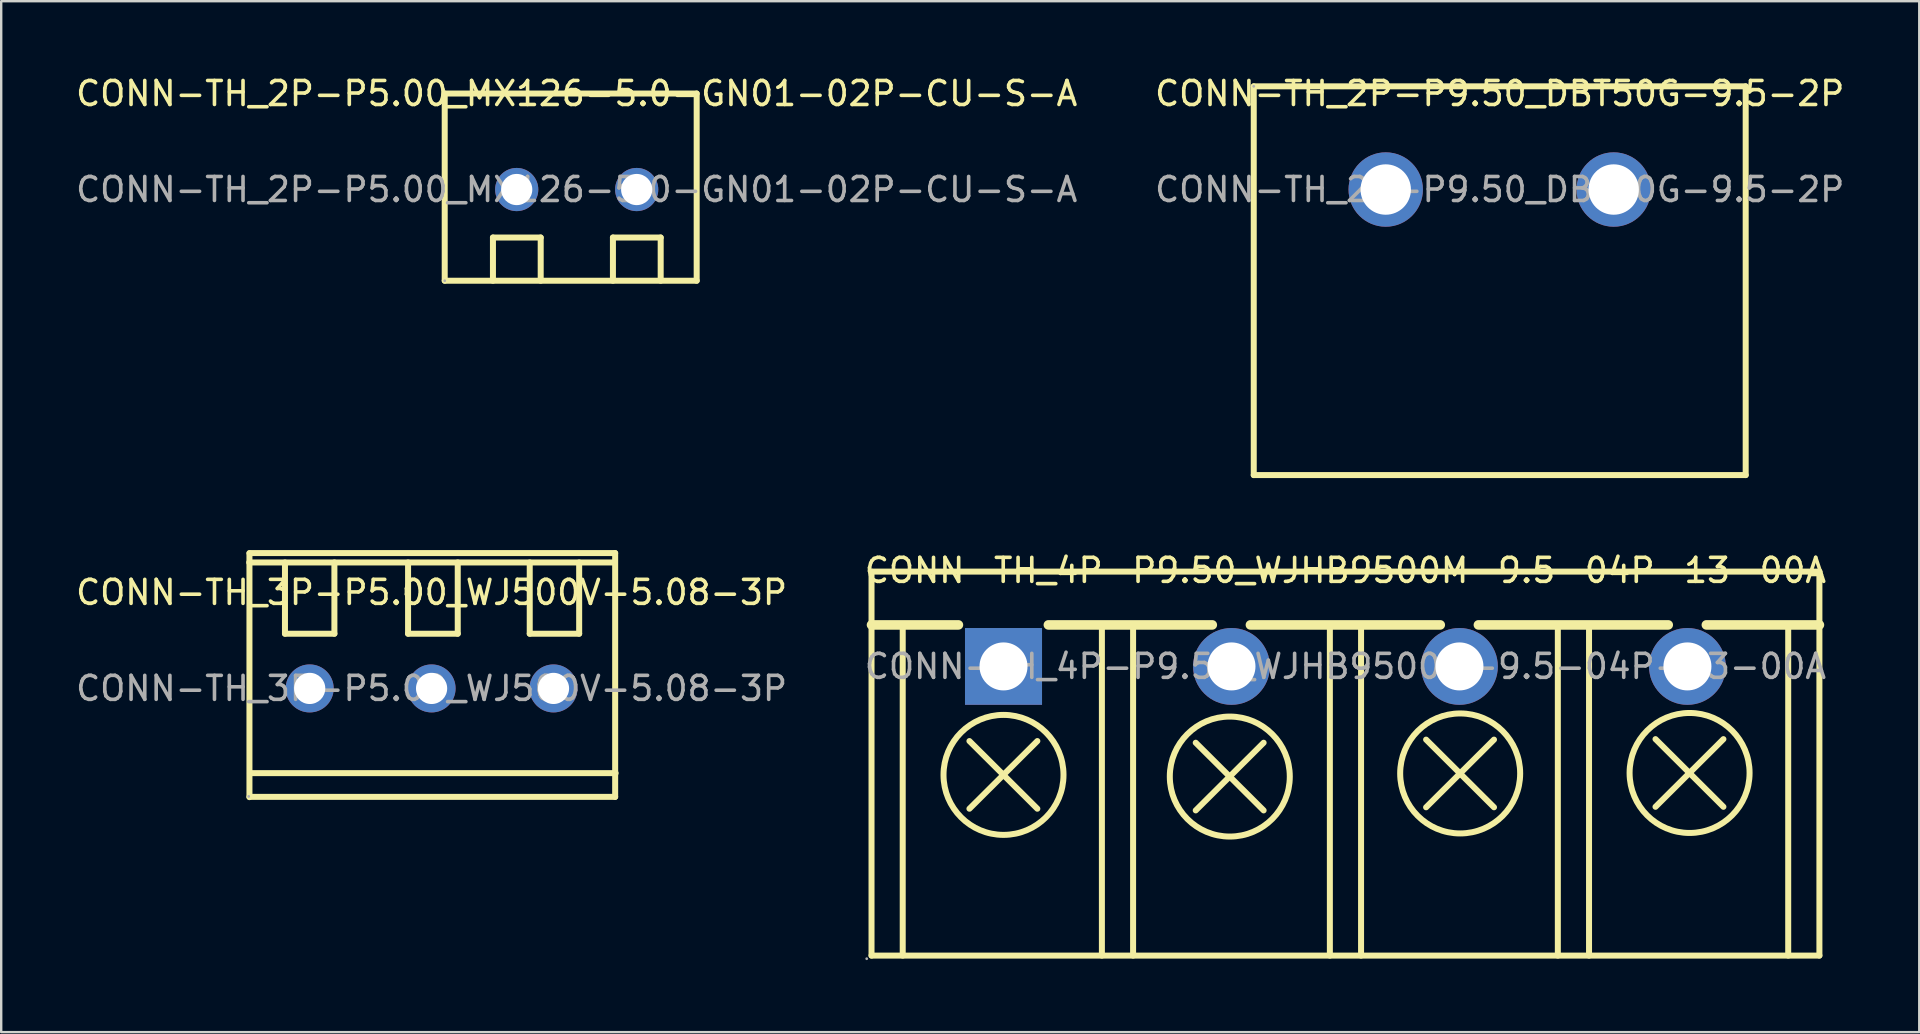
<source format=kicad_pcb>
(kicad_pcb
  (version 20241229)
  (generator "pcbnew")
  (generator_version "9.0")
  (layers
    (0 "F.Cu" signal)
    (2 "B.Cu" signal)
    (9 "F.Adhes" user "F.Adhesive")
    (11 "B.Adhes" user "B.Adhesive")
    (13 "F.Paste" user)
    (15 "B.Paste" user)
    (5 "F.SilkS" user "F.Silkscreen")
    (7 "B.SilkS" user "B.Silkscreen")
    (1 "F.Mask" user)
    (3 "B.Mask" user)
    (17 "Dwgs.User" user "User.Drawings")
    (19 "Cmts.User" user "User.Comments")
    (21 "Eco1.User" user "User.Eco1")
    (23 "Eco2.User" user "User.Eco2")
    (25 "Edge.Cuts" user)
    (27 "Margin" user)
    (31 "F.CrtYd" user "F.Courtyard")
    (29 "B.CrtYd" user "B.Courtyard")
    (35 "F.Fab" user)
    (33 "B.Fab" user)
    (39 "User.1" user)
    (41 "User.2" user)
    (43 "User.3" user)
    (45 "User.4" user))
  (footprint "CONN-TH_2P-P9.50_DBT50G-9.5-2P"
    (layer "F.Cu")
    (at 59.446 4.848)
    (property "Reference" "CONN-TH_2P-P9.50_DBT50G-9.5-2P" (at 0 -4 0) (layer "F.SilkS") (effects (font (size 1 1) (thickness 0.15))))
    (attr through_hole)
    (fp_line (start -10.25 -4.3) (end -10.25 11.9) (stroke (width 0.25) (type solid)) (layer "F.SilkS"))
    (fp_line (start -10.25 11.9) (end 10.25 11.9) (stroke (width 0.25) (type solid)) (layer "F.SilkS"))
    (fp_line (start 10.25 -4.3) (end -10.25 -4.3) (stroke (width 0.25) (type solid)) (layer "F.SilkS"))
    (fp_line (start 10.25 11.9) (end 10.25 -4.3) (stroke (width 0.25) (type solid)) (layer "F.SilkS"))
    (fp_circle (center -10.25 -4.3) (end -10.22 -4.3) (stroke (width 0.06) (type solid)) (fill no) (layer "F.Fab"))
    (fp_text user "${REFERENCE}" (at 0 0 0) (layer "F.Fab") (effects (font (size 1 1) (thickness 0.15))))
    (pad "1" thru_hole circle (at -4.75 0) (size 3.1 3.1) (drill 2.1) (layers "*.Cu" "*.Mask"))
    (pad "2" thru_hole circle (at 4.75 0) (size 3.1 3.1) (drill 2.1) (layers "*.Cu" "*.Mask")))
  (footprint "CONN-TH_2P-P5.00_MX126-5.0-GN01-02P-CU-S-A"
    (layer "F.Cu")
    (at 20.982 4.848)
    (property "Reference" "CONN-TH_2P-P5.00_MX126-5.0-GN01-02P-CU-S-A" (at 0 -4 0) (layer "F.SilkS") (effects (font (size 1 1) (thickness 0.15))))
    (attr through_hole)
    (fp_line (start -5.5 -4) (end -5.5 3.8) (stroke (width 0.25) (type solid)) (layer "F.SilkS"))
    (fp_line (start -5.5 3.8) (end 5 3.8) (stroke (width 0.25) (type solid)) (layer "F.SilkS"))
    (fp_line (start -3.49 2) (end -1.5 2) (stroke (width 0.25) (type solid)) (layer "F.SilkS"))
    (fp_line (start -3.49 3.8) (end -3.49 2) (stroke (width 0.25) (type solid)) (layer "F.SilkS"))
    (fp_line (start -1.5 2) (end -1.5 3.8) (stroke (width 0.25) (type solid)) (layer "F.SilkS"))
    (fp_line (start 1.51 2) (end 3.5 2) (stroke (width 0.25) (type solid)) (layer "F.SilkS"))
    (fp_line (start 1.51 3.8) (end 1.51 2) (stroke (width 0.25) (type solid)) (layer "F.SilkS"))
    (fp_line (start 3.5 2) (end 3.5 3.8) (stroke (width 0.25) (type solid)) (layer "F.SilkS"))
    (fp_line (start 5 -4) (end -5.5 -4) (stroke (width 0.25) (type solid)) (layer "F.SilkS"))
    (fp_line (start 5 3.8) (end 5 -4) (stroke (width 0.25) (type solid)) (layer "F.SilkS"))
    (fp_circle (center -5.5 3.8) (end -5.47 3.8) (stroke (width 0.06) (type solid)) (fill no) (layer "F.Fab"))
    (fp_text user "${REFERENCE}" (at 0 0 0) (layer "F.Fab") (effects (font (size 1 1) (thickness 0.15))))
    (pad "1" thru_hole circle (at -2.5 0) (size 1.8 1.8) (drill 1.3) (layers "*.Cu" "*.Mask"))
    (pad "2" thru_hole circle (at 2.5 0) (size 1.8 1.8) (drill 1.3) (layers "*.Cu" "*.Mask")))
  (footprint "CONN-TH_3P-P5.00_WJ500V-5.08-3P"
    (layer "F.Cu")
    (at 14.935 25.638)
    (property "Reference" "CONN-TH_3P-P5.00_WJ500V-5.08-3P" (at 0 -4 0) (layer "F.SilkS") (effects (font (size 1 1) (thickness 0.15))))
    (attr through_hole)
    (fp_line (start -7.59 4.53) (end -7.59 -5.63) (stroke (width 0.25) (type solid)) (layer "F.SilkS"))
    (fp_line (start -6.11 -5.25) (end -6.11 -2.28) (stroke (width 0.25) (type solid)) (layer "F.SilkS"))
    (fp_line (start -6.11 -2.28) (end -4.05 -2.28) (stroke (width 0.25) (type solid)) (layer "F.SilkS"))
    (fp_line (start -4.05 -2.28) (end -4.05 -5.25) (stroke (width 0.25) (type solid)) (layer "F.SilkS"))
    (fp_line (start -0.98 -5.25) (end -0.98 -2.28) (stroke (width 0.25) (type solid)) (layer "F.SilkS"))
    (fp_line (start -0.98 -2.28) (end 1.09 -2.28) (stroke (width 0.25) (type solid)) (layer "F.SilkS"))
    (fp_line (start 1.09 -2.28) (end 1.09 -5.25) (stroke (width 0.25) (type solid)) (layer "F.SilkS"))
    (fp_line (start 4.09 -5.25) (end 4.09 -2.28) (stroke (width 0.25) (type solid)) (layer "F.SilkS"))
    (fp_line (start 4.09 -2.28) (end 6.15 -2.28) (stroke (width 0.25) (type solid)) (layer "F.SilkS"))
    (fp_line (start 6.15 -2.28) (end 6.15 -5.25) (stroke (width 0.25) (type solid)) (layer "F.SilkS"))
    (fp_line (start 7.64 -5.25) (end -7.6 -5.25) (stroke (width 0.25) (type solid)) (layer "F.SilkS"))
    (fp_line (start 7.65 -5.64) (end -7.59 -5.64) (stroke (width 0.25) (type solid)) (layer "F.SilkS"))
    (fp_line (start 7.65 4.52) (end -7.59 4.52) (stroke (width 0.25) (type solid)) (layer "F.SilkS"))
    (fp_line (start 7.65 4.52) (end 7.65 -5.64) (stroke (width 0.25) (type solid)) (layer "F.SilkS"))
    (fp_line (start 7.67 3.53) (end -7.57 3.53) (stroke (width 0.25) (type solid)) (layer "F.SilkS"))
    (fp_circle (center -7.62 4.5) (end -7.59 4.5) (stroke (width 0.06) (type solid)) (fill no) (layer "F.Fab"))
    (fp_text user "${REFERENCE}" (at 0 0 0) (layer "F.Fab") (effects (font (size 1 1) (thickness 0.15))))
    (pad "1" thru_hole circle (at -5.08 0 180) (size 2 2) (drill 1.3) (layers "*.Cu" "*.Mask"))
    (pad "2" thru_hole circle (at 0 0 180) (size 2 2) (drill 1.3) (layers "*.Cu" "*.Mask"))
    (pad "3" thru_hole circle (at 5.08 0 180) (size 2 2) (drill 1.3) (layers "*.Cu" "*.Mask")))
  (footprint "CONN-TH_4P-P9.50_WJHB9500M-9.5-04P-13-00A"
    (layer "F.Cu")
    (at 53.018 24.721)
    (property "Reference" "CONN-TH_4P-P9.50_WJHB9500M-9.5-04P-13-00A" (at 0 -4 0) (layer "F.SilkS") (effects (font (size 1 1) (thickness 0.15))))
    (attr through_hole)
    (fp_line (start -19.75 -3.95) (end -19.75 12.05) (stroke (width 0.25) (type solid)) (layer "F.SilkS"))
    (fp_line (start -19.75 -3.95) (end 19.75 -3.95) (stroke (width 0.25) (type solid)) (layer "F.SilkS"))
    (fp_line (start -19.75 -1.73) (end -16.13 -1.73) (stroke (width 0.4) (type solid)) (layer "F.SilkS"))
    (fp_line (start -19.75 12.05) (end 19.75 12.05) (stroke (width 0.25) (type solid)) (layer "F.SilkS"))
    (fp_line (start -18.45 -1.75) (end -18.45 12.05) (stroke (width 0.25) (type solid)) (layer "F.SilkS"))
    (fp_line (start -15.67 5.93) (end -12.84 3.11) (stroke (width 0.25) (type solid)) (layer "F.SilkS"))
    (fp_line (start -12.84 5.93) (end -15.67 3.11) (stroke (width 0.25) (type solid)) (layer "F.SilkS"))
    (fp_line (start -12.38 -1.73) (end -5.55 -1.73) (stroke (width 0.4) (type solid)) (layer "F.SilkS"))
    (fp_line (start -10.15 -1.75) (end -10.15 12.05) (stroke (width 0.25) (type solid)) (layer "F.SilkS"))
    (fp_line (start -8.85 -1.75) (end -8.85 12.05) (stroke (width 0.25) (type solid)) (layer "F.SilkS"))
    (fp_line (start -6.24 6) (end -3.41 3.18) (stroke (width 0.25) (type solid)) (layer "F.SilkS"))
    (fp_line (start -3.96 -1.73) (end 3.95 -1.73) (stroke (width 0.4) (type solid)) (layer "F.SilkS"))
    (fp_line (start -3.41 6) (end -6.24 3.18) (stroke (width 0.25) (type solid)) (layer "F.SilkS"))
    (fp_line (start -0.65 -1.75) (end -0.65 12.05) (stroke (width 0.25) (type solid)) (layer "F.SilkS"))
    (fp_line (start 0.65 -1.75) (end 0.65 12.05) (stroke (width 0.25) (type solid)) (layer "F.SilkS"))
    (fp_line (start 3.36 5.87) (end 6.19 3.05) (stroke (width 0.25) (type solid)) (layer "F.SilkS"))
    (fp_line (start 5.54 -1.73) (end 13.45 -1.73) (stroke (width 0.4) (type solid)) (layer "F.SilkS"))
    (fp_line (start 6.19 5.87) (end 3.36 3.05) (stroke (width 0.25) (type solid)) (layer "F.SilkS"))
    (fp_line (start 8.85 -1.75) (end 8.85 12.05) (stroke (width 0.25) (type solid)) (layer "F.SilkS"))
    (fp_line (start 10.15 -1.75) (end 10.15 12.05) (stroke (width 0.25) (type solid)) (layer "F.SilkS"))
    (fp_line (start 12.92 5.85) (end 15.75 3.03) (stroke (width 0.25) (type solid)) (layer "F.SilkS"))
    (fp_line (start 15.04 -1.73) (end 19.75 -1.73) (stroke (width 0.4) (type solid)) (layer "F.SilkS"))
    (fp_line (start 15.75 5.85) (end 12.92 3.03) (stroke (width 0.25) (type solid)) (layer "F.SilkS"))
    (fp_line (start 18.45 -1.75) (end 18.45 12.05) (stroke (width 0.25) (type solid)) (layer "F.SilkS"))
    (fp_line (start 19.75 -3.95) (end 19.75 12.05) (stroke (width 0.25) (type solid)) (layer "F.SilkS"))
    (fp_circle (center -14.25 4.52) (end -11.75 4.52) (stroke (width 0.25) (type solid)) (fill no) (layer "F.SilkS"))
    (fp_circle (center -4.82 4.59) (end -2.32 4.59) (stroke (width 0.25) (type solid)) (fill no) (layer "F.SilkS"))
    (fp_circle (center 4.78 4.46) (end 7.28 4.46) (stroke (width 0.25) (type solid)) (fill no) (layer "F.SilkS"))
    (fp_circle (center 14.34 4.44) (end 16.84 4.44) (stroke (width 0.25) (type solid)) (fill no) (layer "F.SilkS"))
    (fp_circle (center -19.95 12.18) (end -19.92 12.18) (stroke (width 0.06) (type solid)) (fill no) (layer "F.Fab"))
    (fp_circle (center -14.25 0) (end -13.8 0) (stroke (width 0.9) (type solid)) (fill no) (layer "F.Fab"))
    (fp_circle (center -4.75 0) (end -4.3 0) (stroke (width 0.9) (type solid)) (fill no) (layer "F.Fab"))
    (fp_circle (center 4.75 0) (end 5.2 0) (stroke (width 0.9) (type solid)) (fill no) (layer "F.Fab"))
    (fp_circle (center 14.25 0) (end 14.7 0) (stroke (width 0.9) (type solid)) (fill no) (layer "F.Fab"))
    (fp_text user "${REFERENCE}" (at 0 0 0) (layer "F.Fab") (effects (font (size 1 1) (thickness 0.15))))
    (pad "1" thru_hole rect (at -14.25 0) (size 3.21 3.2) (drill 2) (layers "*.Cu" "*.Mask"))
    (pad "2" thru_hole circle (at -4.75 0) (size 3.2 3.2) (drill 2) (layers "*.Cu" "*.Mask"))
    (pad "3" thru_hole circle (at 4.75 0) (size 3.2 3.2) (drill 2) (layers "*.Cu" "*.Mask"))
    (pad "4" thru_hole circle (at 14.25 0) (size 3.2 3.2) (drill 2) (layers "*.Cu" "*.Mask")))
  (gr_rect
    (start -3 -3)
    (end 76.929 39.962)
    (stroke (width 0.1) (type default))
    (fill no)
    (layer "Edge.Cuts")))
</source>
